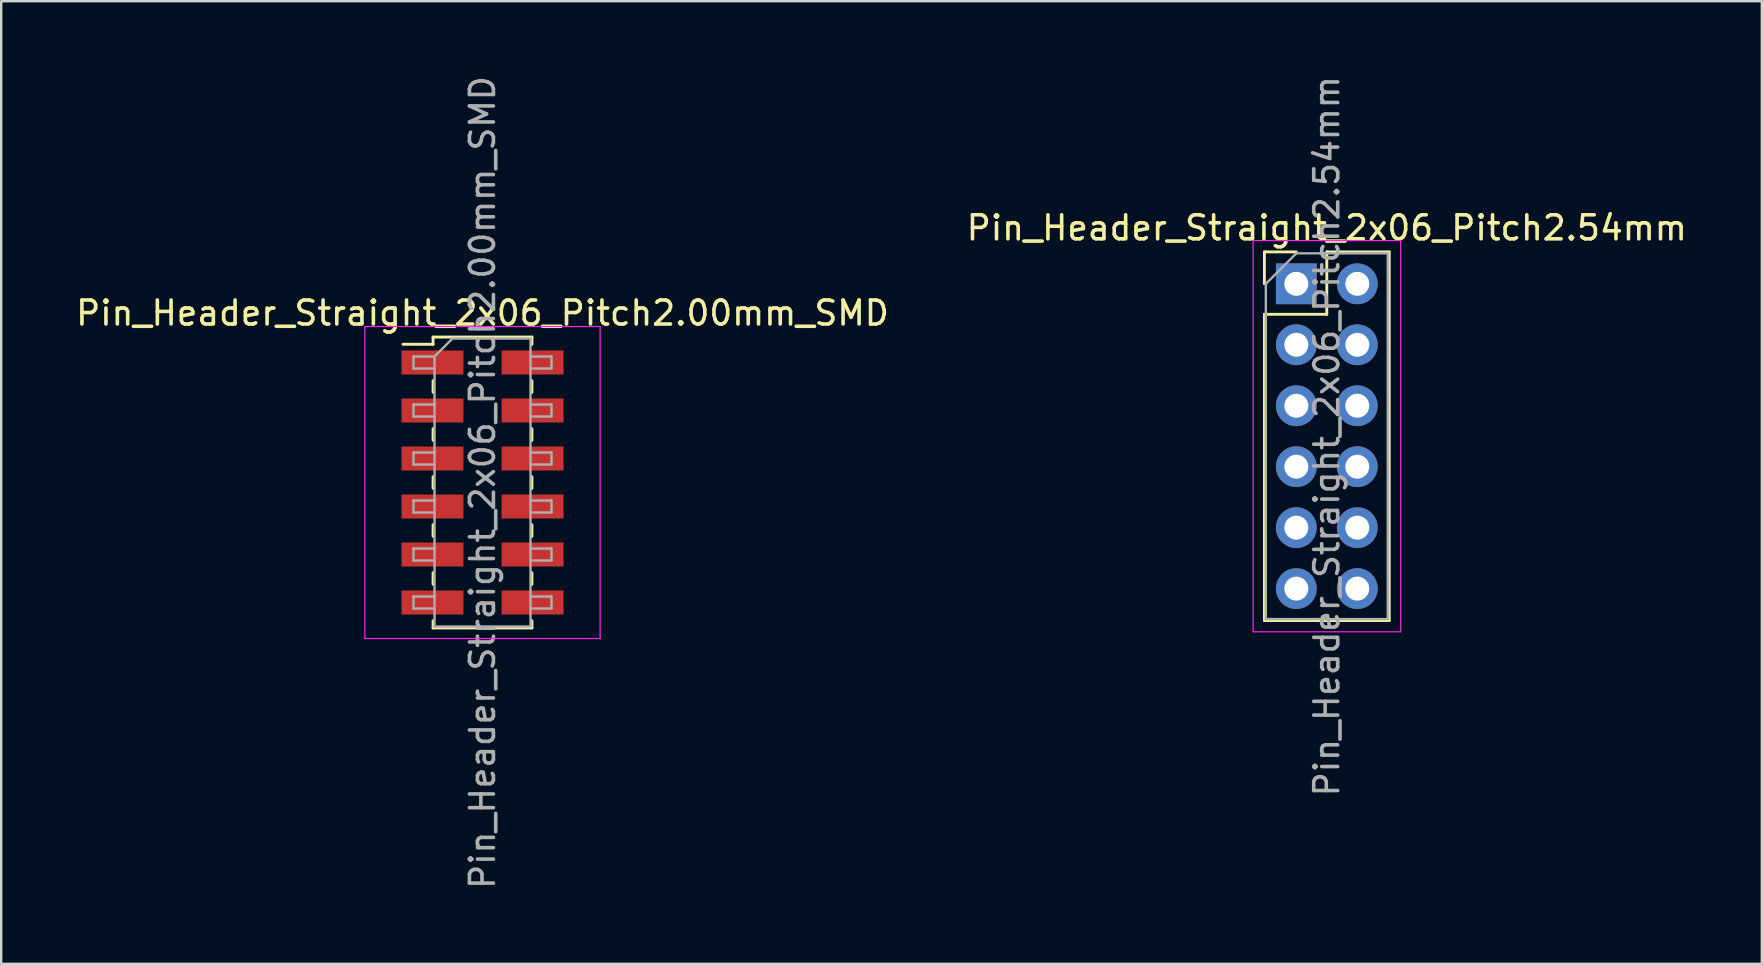
<source format=kicad_pcb>
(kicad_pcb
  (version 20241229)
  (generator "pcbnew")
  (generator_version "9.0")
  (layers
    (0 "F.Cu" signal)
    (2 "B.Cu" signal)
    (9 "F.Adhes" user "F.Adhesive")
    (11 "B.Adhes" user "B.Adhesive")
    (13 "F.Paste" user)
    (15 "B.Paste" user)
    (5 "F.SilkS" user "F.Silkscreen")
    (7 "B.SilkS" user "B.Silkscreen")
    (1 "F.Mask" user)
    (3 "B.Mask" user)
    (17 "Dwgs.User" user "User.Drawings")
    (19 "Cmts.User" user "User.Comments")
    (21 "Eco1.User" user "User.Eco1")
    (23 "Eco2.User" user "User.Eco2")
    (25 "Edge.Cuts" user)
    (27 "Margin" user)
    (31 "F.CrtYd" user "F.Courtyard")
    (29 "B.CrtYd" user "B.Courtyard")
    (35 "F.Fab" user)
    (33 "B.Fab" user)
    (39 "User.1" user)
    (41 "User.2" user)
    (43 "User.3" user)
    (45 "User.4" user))
  (footprint "Pin_Header_Straight_2x06_Pitch2.54mm"
    (layer "F.Cu")
    (at 50.962 8.775)
    (property "Reference" "Pin_Header_Straight_2x06_Pitch2.54mm" (at 1.27 -2.33 0) (layer "F.SilkS") (effects (font (size 1 1) (thickness 0.15))))
    (attr through_hole)
    (fp_line (start -1.33 -1.33) (end 0 -1.33) (stroke (width 0.12) (type solid)) (layer "F.SilkS"))
    (fp_line (start -1.33 0) (end -1.33 -1.33) (stroke (width 0.12) (type solid)) (layer "F.SilkS"))
    (fp_line (start -1.33 1.27) (end -1.33 14.03) (stroke (width 0.12) (type solid)) (layer "F.SilkS"))
    (fp_line (start -1.33 1.27) (end 1.27 1.27) (stroke (width 0.12) (type solid)) (layer "F.SilkS"))
    (fp_line (start -1.33 14.03) (end 3.87 14.03) (stroke (width 0.12) (type solid)) (layer "F.SilkS"))
    (fp_line (start 1.27 -1.33) (end 3.87 -1.33) (stroke (width 0.12) (type solid)) (layer "F.SilkS"))
    (fp_line (start 1.27 1.27) (end 1.27 -1.33) (stroke (width 0.12) (type solid)) (layer "F.SilkS"))
    (fp_line (start 3.87 -1.33) (end 3.87 14.03) (stroke (width 0.12) (type solid)) (layer "F.SilkS"))
    (fp_line (start -1.8 -1.8) (end -1.8 14.5) (stroke (width 0.05) (type solid)) (layer "F.CrtYd"))
    (fp_line (start -1.8 14.5) (end 4.35 14.5) (stroke (width 0.05) (type solid)) (layer "F.CrtYd"))
    (fp_line (start 4.35 -1.8) (end -1.8 -1.8) (stroke (width 0.05) (type solid)) (layer "F.CrtYd"))
    (fp_line (start 4.35 14.5) (end 4.35 -1.8) (stroke (width 0.05) (type solid)) (layer "F.CrtYd"))
    (fp_line (start -1.27 0) (end 0 -1.27) (stroke (width 0.1) (type solid)) (layer "F.Fab"))
    (fp_line (start -1.27 13.97) (end -1.27 0) (stroke (width 0.1) (type solid)) (layer "F.Fab"))
    (fp_line (start 0 -1.27) (end 3.81 -1.27) (stroke (width 0.1) (type solid)) (layer "F.Fab"))
    (fp_line (start 3.81 -1.27) (end 3.81 13.97) (stroke (width 0.1) (type solid)) (layer "F.Fab"))
    (fp_line (start 3.81 13.97) (end -1.27 13.97) (stroke (width 0.1) (type solid)) (layer "F.Fab"))
    (fp_text user "${REFERENCE}" (at 1.27 6.35 90) (layer "F.Fab") (effects (font (size 1 1) (thickness 0.15))))
    (pad "1" thru_hole rect (at 0 0) (size 1.7 1.7) (drill 1) (layers "*.Cu" "*.Mask"))
    (pad "2" thru_hole oval (at 2.54 0) (size 1.7 1.7) (drill 1) (layers "*.Cu" "*.Mask"))
    (pad "3" thru_hole oval (at 0 2.54) (size 1.7 1.7) (drill 1) (layers "*.Cu" "*.Mask"))
    (pad "4" thru_hole oval (at 2.54 2.54) (size 1.7 1.7) (drill 1) (layers "*.Cu" "*.Mask"))
    (pad "5" thru_hole oval (at 0 5.08) (size 1.7 1.7) (drill 1) (layers "*.Cu" "*.Mask"))
    (pad "6" thru_hole oval (at 2.54 5.08) (size 1.7 1.7) (drill 1) (layers "*.Cu" "*.Mask"))
    (pad "7" thru_hole oval (at 0 7.62) (size 1.7 1.7) (drill 1) (layers "*.Cu" "*.Mask"))
    (pad "8" thru_hole oval (at 2.54 7.62) (size 1.7 1.7) (drill 1) (layers "*.Cu" "*.Mask"))
    (pad "9" thru_hole oval (at 0 10.16) (size 1.7 1.7) (drill 1) (layers "*.Cu" "*.Mask"))
    (pad "10" thru_hole oval (at 2.54 10.16) (size 1.7 1.7) (drill 1) (layers "*.Cu" "*.Mask"))
    (pad "11" thru_hole oval (at 0 12.7) (size 1.7 1.7) (drill 1) (layers "*.Cu" "*.Mask"))
    (pad "12" thru_hole oval (at 2.54 12.7) (size 1.7 1.7) (drill 1) (layers "*.Cu" "*.Mask")))
  (footprint "Pin_Header_Straight_2x06_Pitch2.00mm_SMD"
    (layer "F.Cu")
    (at 17.054 17.054)
    (property "Reference" "Pin_Header_Straight_2x06_Pitch2.00mm_SMD" (at 0 -7.06 0) (layer "F.SilkS") (effects (font (size 1 1) (thickness 0.15))))
    (attr smd)
    (fp_line (start -3.315 -5.76) (end -2.06 -5.76) (stroke (width 0.12) (type solid)) (layer "F.SilkS"))
    (fp_line (start -2.06 -6.06) (end -2.06 -5.76) (stroke (width 0.12) (type solid)) (layer "F.SilkS"))
    (fp_line (start -2.06 -6.06) (end 2.06 -6.06) (stroke (width 0.12) (type solid)) (layer "F.SilkS"))
    (fp_line (start -2.06 -4.24) (end -2.06 -3.76) (stroke (width 0.12) (type solid)) (layer "F.SilkS"))
    (fp_line (start -2.06 -2.24) (end -2.06 -1.76) (stroke (width 0.12) (type solid)) (layer "F.SilkS"))
    (fp_line (start -2.06 -0.24) (end -2.06 0.24) (stroke (width 0.12) (type solid)) (layer "F.SilkS"))
    (fp_line (start -2.06 1.76) (end -2.06 2.24) (stroke (width 0.12) (type solid)) (layer "F.SilkS"))
    (fp_line (start -2.06 3.76) (end -2.06 4.24) (stroke (width 0.12) (type solid)) (layer "F.SilkS"))
    (fp_line (start -2.06 5.76) (end -2.06 6.06) (stroke (width 0.12) (type solid)) (layer "F.SilkS"))
    (fp_line (start -2.06 6.06) (end 2.06 6.06) (stroke (width 0.12) (type solid)) (layer "F.SilkS"))
    (fp_line (start 2.06 -6.06) (end 2.06 -5.76) (stroke (width 0.12) (type solid)) (layer "F.SilkS"))
    (fp_line (start 2.06 -4.24) (end 2.06 -3.76) (stroke (width 0.12) (type solid)) (layer "F.SilkS"))
    (fp_line (start 2.06 -2.24) (end 2.06 -1.76) (stroke (width 0.12) (type solid)) (layer "F.SilkS"))
    (fp_line (start 2.06 -0.24) (end 2.06 0.24) (stroke (width 0.12) (type solid)) (layer "F.SilkS"))
    (fp_line (start 2.06 1.76) (end 2.06 2.24) (stroke (width 0.12) (type solid)) (layer "F.SilkS"))
    (fp_line (start 2.06 3.76) (end 2.06 4.24) (stroke (width 0.12) (type solid)) (layer "F.SilkS"))
    (fp_line (start 2.06 5.76) (end 2.06 6.06) (stroke (width 0.12) (type solid)) (layer "F.SilkS"))
    (fp_line (start -4.9 -6.5) (end -4.9 6.5) (stroke (width 0.05) (type solid)) (layer "F.CrtYd"))
    (fp_line (start -4.9 6.5) (end 4.9 6.5) (stroke (width 0.05) (type solid)) (layer "F.CrtYd"))
    (fp_line (start 4.9 -6.5) (end -4.9 -6.5) (stroke (width 0.05) (type solid)) (layer "F.CrtYd"))
    (fp_line (start 4.9 6.5) (end 4.9 -6.5) (stroke (width 0.05) (type solid)) (layer "F.CrtYd"))
    (fp_line (start -2.875 -5.25) (end -2.875 -4.75) (stroke (width 0.1) (type solid)) (layer "F.Fab"))
    (fp_line (start -2.875 -4.75) (end -2 -4.75) (stroke (width 0.1) (type solid)) (layer "F.Fab"))
    (fp_line (start -2.875 -3.25) (end -2.875 -2.75) (stroke (width 0.1) (type solid)) (layer "F.Fab"))
    (fp_line (start -2.875 -2.75) (end -2 -2.75) (stroke (width 0.1) (type solid)) (layer "F.Fab"))
    (fp_line (start -2.875 -1.25) (end -2.875 -0.75) (stroke (width 0.1) (type solid)) (layer "F.Fab"))
    (fp_line (start -2.875 -0.75) (end -2 -0.75) (stroke (width 0.1) (type solid)) (layer "F.Fab"))
    (fp_line (start -2.875 0.75) (end -2.875 1.25) (stroke (width 0.1) (type solid)) (layer "F.Fab"))
    (fp_line (start -2.875 1.25) (end -2 1.25) (stroke (width 0.1) (type solid)) (layer "F.Fab"))
    (fp_line (start -2.875 2.75) (end -2.875 3.25) (stroke (width 0.1) (type solid)) (layer "F.Fab"))
    (fp_line (start -2.875 3.25) (end -2 3.25) (stroke (width 0.1) (type solid)) (layer "F.Fab"))
    (fp_line (start -2.875 4.75) (end -2.875 5.25) (stroke (width 0.1) (type solid)) (layer "F.Fab"))
    (fp_line (start -2.875 5.25) (end -2 5.25) (stroke (width 0.1) (type solid)) (layer "F.Fab"))
    (fp_line (start -2 -5.25) (end -2.875 -5.25) (stroke (width 0.1) (type solid)) (layer "F.Fab"))
    (fp_line (start -2 -5.25) (end -1.25 -6) (stroke (width 0.1) (type solid)) (layer "F.Fab"))
    (fp_line (start -2 -3.25) (end -2.875 -3.25) (stroke (width 0.1) (type solid)) (layer "F.Fab"))
    (fp_line (start -2 -1.25) (end -2.875 -1.25) (stroke (width 0.1) (type solid)) (layer "F.Fab"))
    (fp_line (start -2 0.75) (end -2.875 0.75) (stroke (width 0.1) (type solid)) (layer "F.Fab"))
    (fp_line (start -2 2.75) (end -2.875 2.75) (stroke (width 0.1) (type solid)) (layer "F.Fab"))
    (fp_line (start -2 4.75) (end -2.875 4.75) (stroke (width 0.1) (type solid)) (layer "F.Fab"))
    (fp_line (start -2 6) (end -2 -5.25) (stroke (width 0.1) (type solid)) (layer "F.Fab"))
    (fp_line (start -1.25 -6) (end 2 -6) (stroke (width 0.1) (type solid)) (layer "F.Fab"))
    (fp_line (start 2 -6) (end 2 6) (stroke (width 0.1) (type solid)) (layer "F.Fab"))
    (fp_line (start 2 -5.25) (end 2.875 -5.25) (stroke (width 0.1) (type solid)) (layer "F.Fab"))
    (fp_line (start 2 -3.25) (end 2.875 -3.25) (stroke (width 0.1) (type solid)) (layer "F.Fab"))
    (fp_line (start 2 -1.25) (end 2.875 -1.25) (stroke (width 0.1) (type solid)) (layer "F.Fab"))
    (fp_line (start 2 0.75) (end 2.875 0.75) (stroke (width 0.1) (type solid)) (layer "F.Fab"))
    (fp_line (start 2 2.75) (end 2.875 2.75) (stroke (width 0.1) (type solid)) (layer "F.Fab"))
    (fp_line (start 2 4.75) (end 2.875 4.75) (stroke (width 0.1) (type solid)) (layer "F.Fab"))
    (fp_line (start 2 6) (end -2 6) (stroke (width 0.1) (type solid)) (layer "F.Fab"))
    (fp_line (start 2.875 -5.25) (end 2.875 -4.75) (stroke (width 0.1) (type solid)) (layer "F.Fab"))
    (fp_line (start 2.875 -4.75) (end 2 -4.75) (stroke (width 0.1) (type solid)) (layer "F.Fab"))
    (fp_line (start 2.875 -3.25) (end 2.875 -2.75) (stroke (width 0.1) (type solid)) (layer "F.Fab"))
    (fp_line (start 2.875 -2.75) (end 2 -2.75) (stroke (width 0.1) (type solid)) (layer "F.Fab"))
    (fp_line (start 2.875 -1.25) (end 2.875 -0.75) (stroke (width 0.1) (type solid)) (layer "F.Fab"))
    (fp_line (start 2.875 -0.75) (end 2 -0.75) (stroke (width 0.1) (type solid)) (layer "F.Fab"))
    (fp_line (start 2.875 0.75) (end 2.875 1.25) (stroke (width 0.1) (type solid)) (layer "F.Fab"))
    (fp_line (start 2.875 1.25) (end 2 1.25) (stroke (width 0.1) (type solid)) (layer "F.Fab"))
    (fp_line (start 2.875 2.75) (end 2.875 3.25) (stroke (width 0.1) (type solid)) (layer "F.Fab"))
    (fp_line (start 2.875 3.25) (end 2 3.25) (stroke (width 0.1) (type solid)) (layer "F.Fab"))
    (fp_line (start 2.875 4.75) (end 2.875 5.25) (stroke (width 0.1) (type solid)) (layer "F.Fab"))
    (fp_line (start 2.875 5.25) (end 2 5.25) (stroke (width 0.1) (type solid)) (layer "F.Fab"))
    (fp_text user "${REFERENCE}" (at 0 0 90) (layer "F.Fab") (effects (font (size 1 1) (thickness 0.15))))
    (pad "1" smd rect (at -2.085 -5) (size 2.58 1) (layers "F.Cu" "F.Mask" "F.Paste"))
    (pad "2" smd rect (at 2.085 -5) (size 2.58 1) (layers "F.Cu" "F.Mask" "F.Paste"))
    (pad "3" smd rect (at -2.085 -3) (size 2.58 1) (layers "F.Cu" "F.Mask" "F.Paste"))
    (pad "4" smd rect (at 2.085 -3) (size 2.58 1) (layers "F.Cu" "F.Mask" "F.Paste"))
    (pad "5" smd rect (at -2.085 -1) (size 2.58 1) (layers "F.Cu" "F.Mask" "F.Paste"))
    (pad "6" smd rect (at 2.085 -1) (size 2.58 1) (layers "F.Cu" "F.Mask" "F.Paste"))
    (pad "7" smd rect (at -2.085 1) (size 2.58 1) (layers "F.Cu" "F.Mask" "F.Paste"))
    (pad "8" smd rect (at 2.085 1) (size 2.58 1) (layers "F.Cu" "F.Mask" "F.Paste"))
    (pad "9" smd rect (at -2.085 3) (size 2.58 1) (layers "F.Cu" "F.Mask" "F.Paste"))
    (pad "10" smd rect (at 2.085 3) (size 2.58 1) (layers "F.Cu" "F.Mask" "F.Paste"))
    (pad "11" smd rect (at -2.085 5) (size 2.58 1) (layers "F.Cu" "F.Mask" "F.Paste"))
    (pad "12" smd rect (at 2.085 5) (size 2.58 1) (layers "F.Cu" "F.Mask" "F.Paste")))
  (gr_rect
    (start -3 -3)
    (end 70.357 37.107)
    (stroke (width 0.1) (type default))
    (fill no)
    (layer "Edge.Cuts")))
</source>
